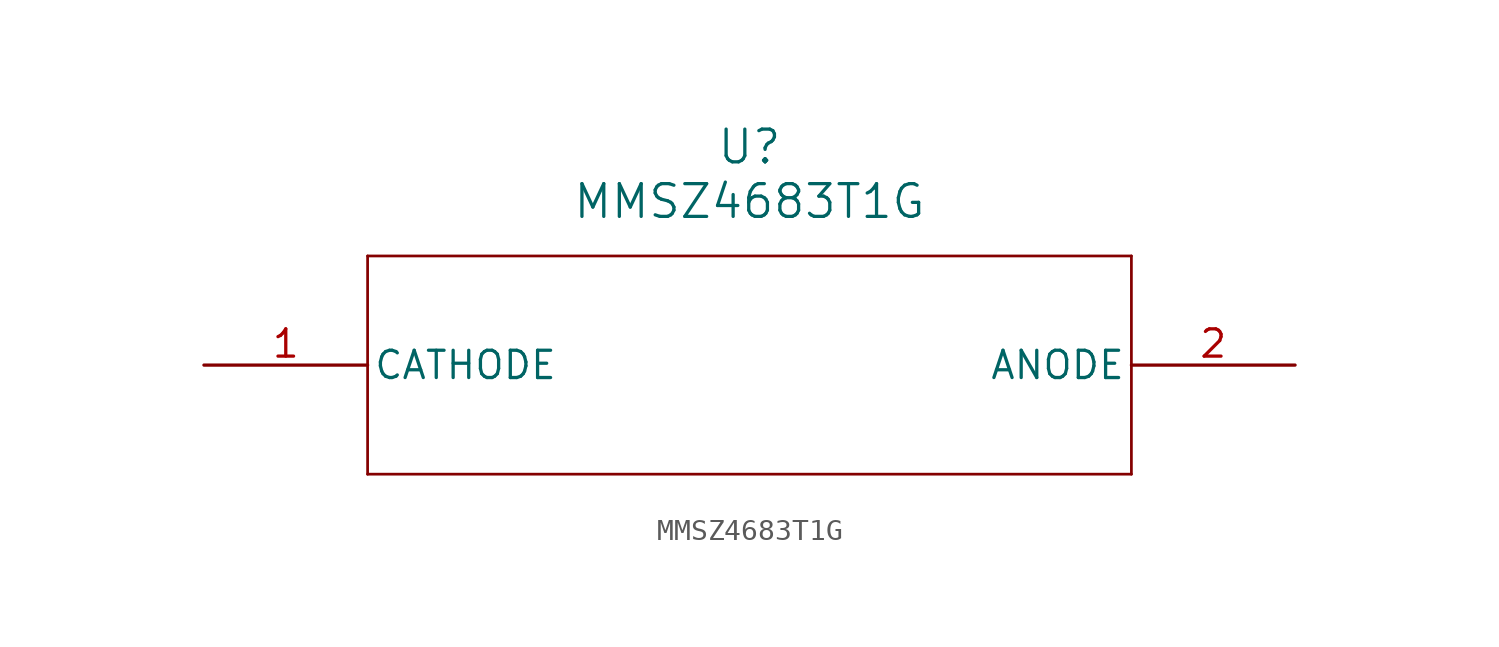
<source format=kicad_sym>
(kicad_symbol_lib
  (version 20211014)
  (generator kicad_symbol_editor)
  (symbol "MMSZ4683T1G"
    (pin_names
      (offset 0.254))
    (property "Reference" "U"
      (at 25.4 10.16 0)
      (effects (font (size 1.524 1.524))))
    (property "Value" "MMSZ4683T1G"
      (at 25.4 7.62 0)
      (effects (font (size 1.524 1.524))))
    (symbol "MMSZ4683T1G_0_1"
      (polyline (pts (xy 7.62 5.08) (xy 7.62 -5.08)) (stroke (width 0.127) (type default) (color 0 0 0 0)) (fill (type none)))
      (polyline (pts (xy 7.62 -5.08) (xy 43.18 -5.08)) (stroke (width 0.127) (type default) (color 0 0 0 0)) (fill (type none)))
      (polyline (pts (xy 43.18 -5.08) (xy 43.18 5.08)) (stroke (width 0.127) (type default) (color 0 0 0 0)) (fill (type none)))
      (polyline (pts (xy 43.18 5.08) (xy 7.62 5.08)) (stroke (width 0.127) (type default) (color 0 0 0 0)) (fill (type none)))
      (pin unspecified line (at 0 0 0) (length 7.62) (name "CATHODE" (effects (font (size 1.27 1.27)))) (number "1" (effects (font (size 1.27 1.27)))))
      (pin unspecified line (at 50.8 0 180) (length 7.62) (name "ANODE" (effects (font (size 1.27 1.27)))) (number "2" (effects (font (size 1.27 1.27))))))))
</source>
